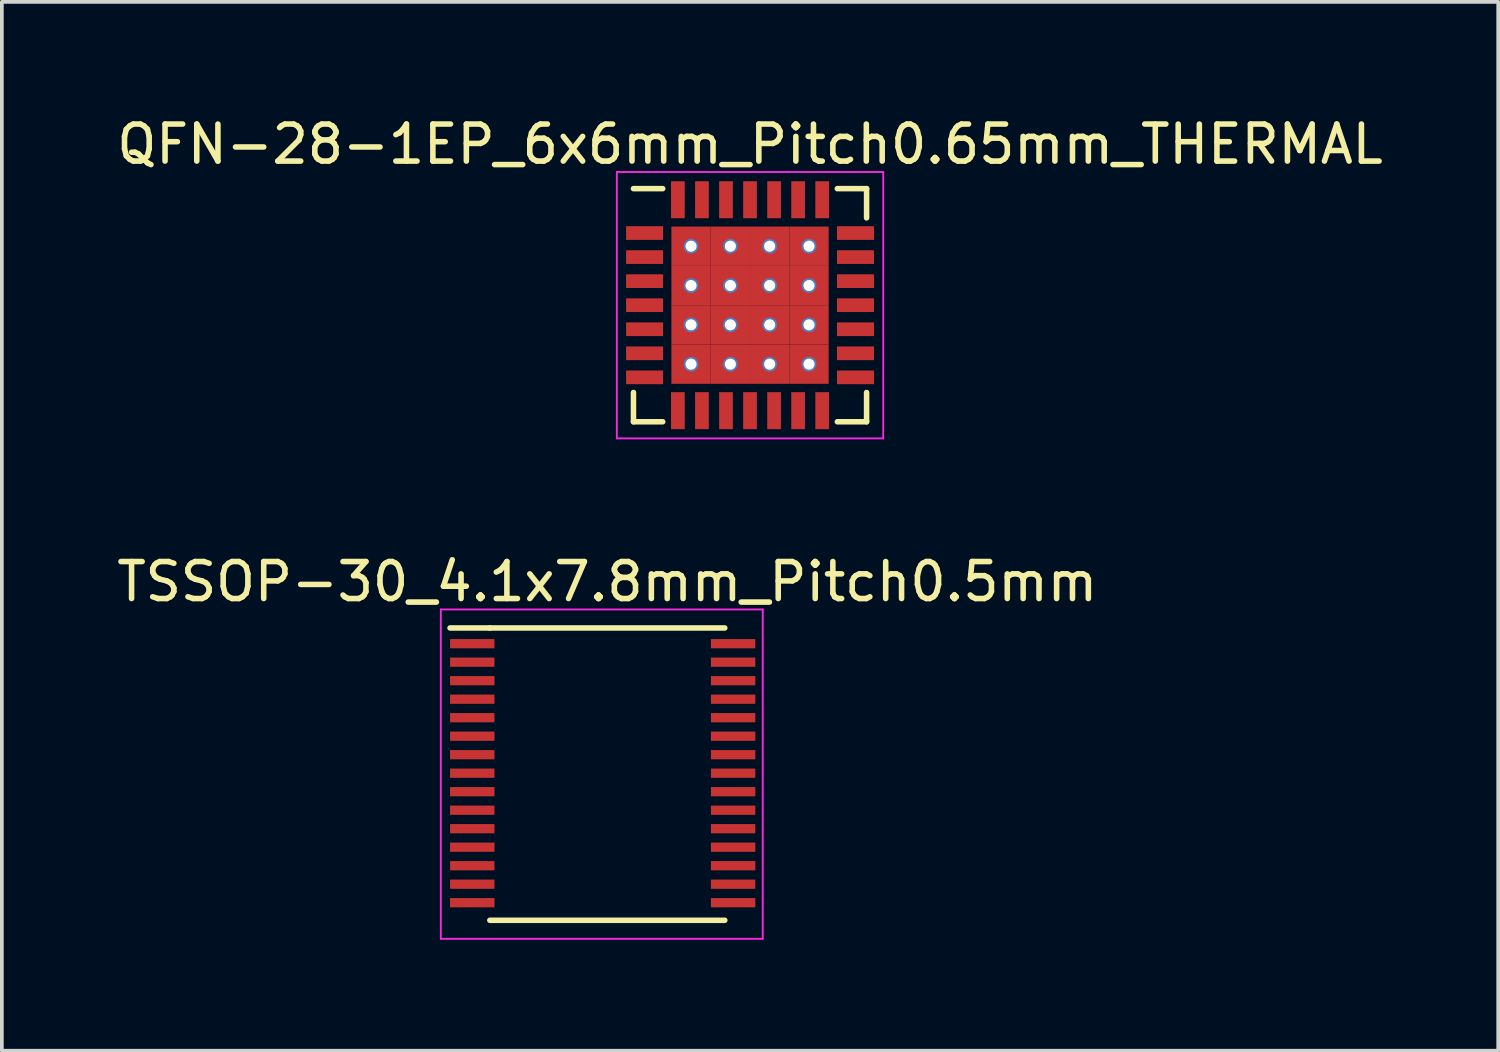
<source format=kicad_pcb>
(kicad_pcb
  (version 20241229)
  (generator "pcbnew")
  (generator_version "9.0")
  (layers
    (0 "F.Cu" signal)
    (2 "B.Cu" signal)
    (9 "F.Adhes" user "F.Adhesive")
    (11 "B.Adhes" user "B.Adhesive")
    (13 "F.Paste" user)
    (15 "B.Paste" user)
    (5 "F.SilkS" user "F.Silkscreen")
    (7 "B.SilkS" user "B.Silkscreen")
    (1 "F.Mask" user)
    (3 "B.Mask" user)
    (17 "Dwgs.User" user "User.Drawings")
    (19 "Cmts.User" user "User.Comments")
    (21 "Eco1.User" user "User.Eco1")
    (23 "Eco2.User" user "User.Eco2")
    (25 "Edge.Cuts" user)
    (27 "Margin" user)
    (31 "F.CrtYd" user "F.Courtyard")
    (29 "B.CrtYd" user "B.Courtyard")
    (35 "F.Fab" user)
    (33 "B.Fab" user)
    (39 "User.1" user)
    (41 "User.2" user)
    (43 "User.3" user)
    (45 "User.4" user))
  (footprint "TSSOP-30_4.1x7.8mm_Pitch0.5mm"
    (layer "F.Cu")
    (at 13.363 19.221)
    (property "Reference" "TSSOP-30_4.1x7.8mm_Pitch0.5mm" (at 0 -6.55 0) (layer "F.SilkS") (effects (font (size 1 1) (thickness 0.15))))
    (attr smd)
    (fp_line (start -3.175 -5.3) (end -4.25 -5.3) (stroke (width 0.15) (type solid)) (layer "F.SilkS"))
    (fp_line (start -3.175 -5.3) (end 3.175 -5.3) (stroke (width 0.15) (type solid)) (layer "F.SilkS"))
    (fp_line (start -3.175 2.6) (end 3.175 2.6) (stroke (width 0.15) (type solid)) (layer "F.SilkS"))
    (fp_line (start -4.5 -5.8) (end -4.5 3.1) (stroke (width 0.05) (type solid)) (layer "F.CrtYd"))
    (fp_line (start -4.5 -5.8) (end 4.2 -5.8) (stroke (width 0.05) (type solid)) (layer "F.CrtYd"))
    (fp_line (start -4.5 3.1) (end 4.2 3.1) (stroke (width 0.05) (type solid)) (layer "F.CrtYd"))
    (fp_line (start 4.2 -5.8) (end 4.2 3.1) (stroke (width 0.05) (type solid)) (layer "F.CrtYd"))
    (pad "1" smd rect (at -3.65 -4.875) (size 1.2 0.25) (layers "F.Cu" "F.Mask" "F.Paste"))
    (pad "2" smd rect (at -3.65 -4.375) (size 1.2 0.25) (layers "F.Cu" "F.Mask" "F.Paste"))
    (pad "3" smd rect (at -3.65 -3.875) (size 1.2 0.25) (layers "F.Cu" "F.Mask" "F.Paste"))
    (pad "4" smd rect (at -3.65 -3.375) (size 1.2 0.25) (layers "F.Cu" "F.Mask" "F.Paste"))
    (pad "5" smd rect (at -3.65 -2.875) (size 1.2 0.25) (layers "F.Cu" "F.Mask" "F.Paste"))
    (pad "6" smd rect (at -3.65 -2.375) (size 1.2 0.25) (layers "F.Cu" "F.Mask" "F.Paste"))
    (pad "7" smd rect (at -3.65 -1.875) (size 1.2 0.25) (layers "F.Cu" "F.Mask" "F.Paste"))
    (pad "8" smd rect (at -3.65 -1.375) (size 1.2 0.25) (layers "F.Cu" "F.Mask" "F.Paste"))
    (pad "9" smd rect (at -3.65 -0.875) (size 1.2 0.25) (layers "F.Cu" "F.Mask" "F.Paste"))
    (pad "10" smd rect (at -3.65 -0.375) (size 1.2 0.25) (layers "F.Cu" "F.Mask" "F.Paste"))
    (pad "11" smd rect (at -3.65 0.125) (size 1.2 0.25) (layers "F.Cu" "F.Mask" "F.Paste"))
    (pad "12" smd rect (at -3.65 0.625) (size 1.2 0.25) (layers "F.Cu" "F.Mask" "F.Paste"))
    (pad "13" smd rect (at -3.65 1.125) (size 1.2 0.25) (layers "F.Cu" "F.Mask" "F.Paste"))
    (pad "14" smd rect (at -3.65 1.625) (size 1.2 0.25) (layers "F.Cu" "F.Mask" "F.Paste"))
    (pad "15" smd rect (at -3.65 2.125) (size 1.2 0.25) (layers "F.Cu" "F.Mask" "F.Paste"))
    (pad "16" smd rect (at 3.4 -4.875) (size 1.2 0.25) (layers "F.Cu" "F.Mask" "F.Paste"))
    (pad "16" smd rect (at 3.4 2.125) (size 1.2 0.25) (layers "F.Cu" "F.Mask" "F.Paste"))
    (pad "17" smd rect (at 3.4 -4.375) (size 1.2 0.25) (layers "F.Cu" "F.Mask" "F.Paste"))
    (pad "17" smd rect (at 3.4 1.625) (size 1.2 0.25) (layers "F.Cu" "F.Mask" "F.Paste"))
    (pad "18" smd rect (at 3.4 -3.875) (size 1.2 0.25) (layers "F.Cu" "F.Mask" "F.Paste"))
    (pad "18" smd rect (at 3.4 1.125) (size 1.2 0.25) (layers "F.Cu" "F.Mask" "F.Paste"))
    (pad "19" smd rect (at 3.4 -3.375) (size 1.2 0.25) (layers "F.Cu" "F.Mask" "F.Paste"))
    (pad "19" smd rect (at 3.4 0.625) (size 1.2 0.25) (layers "F.Cu" "F.Mask" "F.Paste"))
    (pad "20" smd rect (at 3.4 0.125) (size 1.2 0.25) (layers "F.Cu" "F.Mask" "F.Paste"))
    (pad "21" smd rect (at 3.4 -0.375) (size 1.2 0.25) (layers "F.Cu" "F.Mask" "F.Paste"))
    (pad "22" smd rect (at 3.4 -0.875) (size 1.2 0.25) (layers "F.Cu" "F.Mask" "F.Paste"))
    (pad "23" smd rect (at 3.4 -1.375) (size 1.2 0.25) (layers "F.Cu" "F.Mask" "F.Paste"))
    (pad "24" smd rect (at 3.4 -1.875) (size 1.2 0.25) (layers "F.Cu" "F.Mask" "F.Paste"))
    (pad "25" smd rect (at 3.4 -2.375) (size 1.2 0.25) (layers "F.Cu" "F.Mask" "F.Paste"))
    (pad "26" smd rect (at 3.4 -2.875) (size 1.2 0.25) (layers "F.Cu" "F.Mask" "F.Paste")))
  (footprint "QFN-28-1EP_6x6mm_Pitch0.65mm_THERMAL"
    (layer "F.Cu")
    (at 17.22 5.198)
    (property "Reference" "QFN-28-1EP_6x6mm_Pitch0.65mm_THERMAL" (at 0 -4.35 0) (layer "F.SilkS") (effects (font (size 1 1) (thickness 0.15))))
    (attr smd)
    (fp_line (start -3.15 -3.15) (end -2.36 -3.15) (stroke (width 0.15) (type solid)) (layer "F.SilkS"))
    (fp_line (start -3.15 3.15) (end -3.15 2.36) (stroke (width 0.15) (type solid)) (layer "F.SilkS"))
    (fp_line (start -3.15 3.15) (end -2.36 3.15) (stroke (width 0.15) (type solid)) (layer "F.SilkS"))
    (fp_line (start 3.15 -3.15) (end 2.36 -3.15) (stroke (width 0.15) (type solid)) (layer "F.SilkS"))
    (fp_line (start 3.15 -3.15) (end 3.15 -2.36) (stroke (width 0.15) (type solid)) (layer "F.SilkS"))
    (fp_line (start 3.15 3.15) (end 2.36 3.15) (stroke (width 0.15) (type solid)) (layer "F.SilkS"))
    (fp_line (start 3.15 3.15) (end 3.15 2.36) (stroke (width 0.15) (type solid)) (layer "F.SilkS"))
    (fp_line (start -3.6 -3.6) (end -3.6 3.6) (stroke (width 0.05) (type solid)) (layer "F.CrtYd"))
    (fp_line (start -3.6 -3.6) (end 3.6 -3.6) (stroke (width 0.05) (type solid)) (layer "F.CrtYd"))
    (fp_line (start -3.6 3.6) (end 3.6 3.6) (stroke (width 0.05) (type solid)) (layer "F.CrtYd"))
    (fp_line (start 3.6 -3.6) (end 3.6 3.6) (stroke (width 0.05) (type solid)) (layer "F.CrtYd"))
    (pad "1" smd rect (at -2.85 -1.95) (size 1 0.37) (layers "F.Cu" "F.Mask" "F.Paste"))
    (pad "2" smd rect (at -2.85 -1.3) (size 1 0.37) (layers "F.Cu" "F.Mask" "F.Paste"))
    (pad "3" smd rect (at -2.85 -0.65) (size 1 0.37) (layers "F.Cu" "F.Mask" "F.Paste"))
    (pad "4" smd rect (at -2.85 0) (size 1 0.37) (layers "F.Cu" "F.Mask" "F.Paste"))
    (pad "5" smd rect (at -2.85 0.65) (size 1 0.37) (layers "F.Cu" "F.Mask" "F.Paste"))
    (pad "6" smd rect (at -2.85 1.3) (size 1 0.37) (layers "F.Cu" "F.Mask" "F.Paste"))
    (pad "7" smd rect (at -2.85 1.95) (size 1 0.37) (layers "F.Cu" "F.Mask" "F.Paste"))
    (pad "8" smd rect (at -1.95 2.85 90) (size 1 0.37) (layers "F.Cu" "F.Mask" "F.Paste"))
    (pad "9" smd rect (at -1.3 2.85 90) (size 1 0.37) (layers "F.Cu" "F.Mask" "F.Paste"))
    (pad "10" smd rect (at -0.65 2.85 90) (size 1 0.37) (layers "F.Cu" "F.Mask" "F.Paste"))
    (pad "11" smd rect (at 0 2.85 90) (size 1 0.37) (layers "F.Cu" "F.Mask" "F.Paste"))
    (pad "12" smd rect (at 0.65 2.85 90) (size 1 0.37) (layers "F.Cu" "F.Mask" "F.Paste"))
    (pad "13" smd rect (at 1.3 2.85 90) (size 1 0.37) (layers "F.Cu" "F.Mask" "F.Paste"))
    (pad "14" smd rect (at 1.95 2.85 90) (size 1 0.37) (layers "F.Cu" "F.Mask" "F.Paste"))
    (pad "15" smd rect (at 2.85 1.95) (size 1 0.37) (layers "F.Cu" "F.Mask" "F.Paste"))
    (pad "16" smd rect (at 2.85 1.3) (size 1 0.37) (layers "F.Cu" "F.Mask" "F.Paste"))
    (pad "17" smd rect (at 2.85 0.65) (size 1 0.37) (layers "F.Cu" "F.Mask" "F.Paste"))
    (pad "18" smd rect (at 2.85 0) (size 1 0.37) (layers "F.Cu" "F.Mask" "F.Paste"))
    (pad "19" smd rect (at 2.85 -0.65) (size 1 0.37) (layers "F.Cu" "F.Mask" "F.Paste"))
    (pad "20" smd rect (at 2.85 -1.3) (size 1 0.37) (layers "F.Cu" "F.Mask" "F.Paste"))
    (pad "21" smd rect (at 2.85 -1.95) (size 1 0.37) (layers "F.Cu" "F.Mask" "F.Paste"))
    (pad "22" smd rect (at 1.95 -2.85 90) (size 1 0.37) (layers "F.Cu" "F.Mask" "F.Paste"))
    (pad "23" smd rect (at 1.3 -2.85 90) (size 1 0.37) (layers "F.Cu" "F.Mask" "F.Paste"))
    (pad "24" smd rect (at 0.65 -2.85 90) (size 1 0.37) (layers "F.Cu" "F.Mask" "F.Paste"))
    (pad "25" smd rect (at 0 -2.85 90) (size 1 0.37) (layers "F.Cu" "F.Mask" "F.Paste"))
    (pad "26" smd rect (at -0.65 -2.85 90) (size 1 0.37) (layers "F.Cu" "F.Mask" "F.Paste"))
    (pad "27" smd rect (at -1.3 -2.85 90) (size 1 0.37) (layers "F.Cu" "F.Mask" "F.Paste"))
    (pad "28" smd rect (at -1.95 -2.85 90) (size 1 0.37) (layers "F.Cu" "F.Mask" "F.Paste"))
    (pad "29" thru_hole circle (at -1.594 -1.594) (size 0.4 0.4) (drill 0.3) (layers "*.Cu" "*.Mask"))
    (pad "29" smd rect (at -1.594 -1.594) (size 1.062 1.062) (layers "F.Cu" "F.Mask" "F.Paste"))
    (pad "29" thru_hole circle (at -1.594 -0.531) (size 0.4 0.4) (drill 0.3) (layers "*.Cu" "*.Mask"))
    (pad "29" smd rect (at -1.594 -0.531) (size 1.062 1.062) (layers "F.Cu" "F.Mask" "F.Paste"))
    (pad "29" thru_hole circle (at -1.594 0.531) (size 0.4 0.4) (drill 0.3) (layers "*.Cu" "*.Mask"))
    (pad "29" smd rect (at -1.594 0.531) (size 1.062 1.062) (layers "F.Cu" "F.Mask" "F.Paste"))
    (pad "29" thru_hole circle (at -1.594 1.594) (size 0.4 0.4) (drill 0.3) (layers "*.Cu" "*.Mask"))
    (pad "29" smd rect (at -1.594 1.594) (size 1.062 1.062) (layers "F.Cu" "F.Mask" "F.Paste"))
    (pad "29" thru_hole circle (at -0.531 -1.594) (size 0.4 0.4) (drill 0.3) (layers "*.Cu" "*.Mask"))
    (pad "29" smd rect (at -0.531 -1.594) (size 1.062 1.062) (layers "F.Cu" "F.Mask" "F.Paste"))
    (pad "29" thru_hole circle (at -0.531 -0.531) (size 0.4 0.4) (drill 0.3) (layers "*.Cu" "*.Mask"))
    (pad "29" smd rect (at -0.531 -0.531) (size 1.062 1.062) (layers "F.Cu" "F.Mask" "F.Paste"))
    (pad "29" thru_hole circle (at -0.531 0.531) (size 0.4 0.4) (drill 0.3) (layers "*.Cu" "*.Mask"))
    (pad "29" smd rect (at -0.531 0.531) (size 1.062 1.062) (layers "F.Cu" "F.Mask" "F.Paste"))
    (pad "29" thru_hole circle (at -0.531 1.594) (size 0.4 0.4) (drill 0.3) (layers "*.Cu" "*.Mask"))
    (pad "29" smd rect (at -0.531 1.594) (size 1.062 1.062) (layers "F.Cu" "F.Mask" "F.Paste"))
    (pad "29" thru_hole circle (at 0.531 -1.594) (size 0.4 0.4) (drill 0.3) (layers "*.Cu" "*.Mask"))
    (pad "29" smd rect (at 0.531 -1.594) (size 1.062 1.062) (layers "F.Cu" "F.Mask" "F.Paste"))
    (pad "29" thru_hole circle (at 0.531 -0.531) (size 0.4 0.4) (drill 0.3) (layers "*.Cu" "*.Mask"))
    (pad "29" smd rect (at 0.531 -0.531) (size 1.062 1.062) (layers "F.Cu" "F.Mask" "F.Paste"))
    (pad "29" thru_hole circle (at 0.531 0.531) (size 0.4 0.4) (drill 0.3) (layers "*.Cu" "*.Mask"))
    (pad "29" smd rect (at 0.531 0.531) (size 1.062 1.062) (layers "F.Cu" "F.Mask" "F.Paste"))
    (pad "29" thru_hole circle (at 0.531 1.594) (size 0.4 0.4) (drill 0.3) (layers "*.Cu" "*.Mask"))
    (pad "29" smd rect (at 0.531 1.594) (size 1.062 1.062) (layers "F.Cu" "F.Mask" "F.Paste"))
    (pad "29" thru_hole circle (at 1.594 -1.594) (size 0.4 0.4) (drill 0.3) (layers "*.Cu" "*.Mask"))
    (pad "29" smd rect (at 1.594 -1.594) (size 1.062 1.062) (layers "F.Cu" "F.Mask" "F.Paste"))
    (pad "29" thru_hole circle (at 1.594 -0.531) (size 0.4 0.4) (drill 0.3) (layers "*.Cu" "*.Mask"))
    (pad "29" smd rect (at 1.594 -0.531) (size 1.062 1.062) (layers "F.Cu" "F.Mask" "F.Paste"))
    (pad "29" thru_hole circle (at 1.594 0.531) (size 0.4 0.4) (drill 0.3) (layers "*.Cu" "*.Mask"))
    (pad "29" smd rect (at 1.594 0.531) (size 1.062 1.062) (layers "F.Cu" "F.Mask" "F.Paste"))
    (pad "29" thru_hole circle (at 1.594 1.594) (size 0.4 0.4) (drill 0.3) (layers "*.Cu" "*.Mask"))
    (pad "29" smd rect (at 1.594 1.594) (size 1.062 1.062) (layers "F.Cu" "F.Mask" "F.Paste")))
  (gr_rect
    (start -3 -3)
    (end 37.44 25.346)
    (stroke (width 0.1) (type default))
    (fill no)
    (layer "Edge.Cuts")))
</source>
